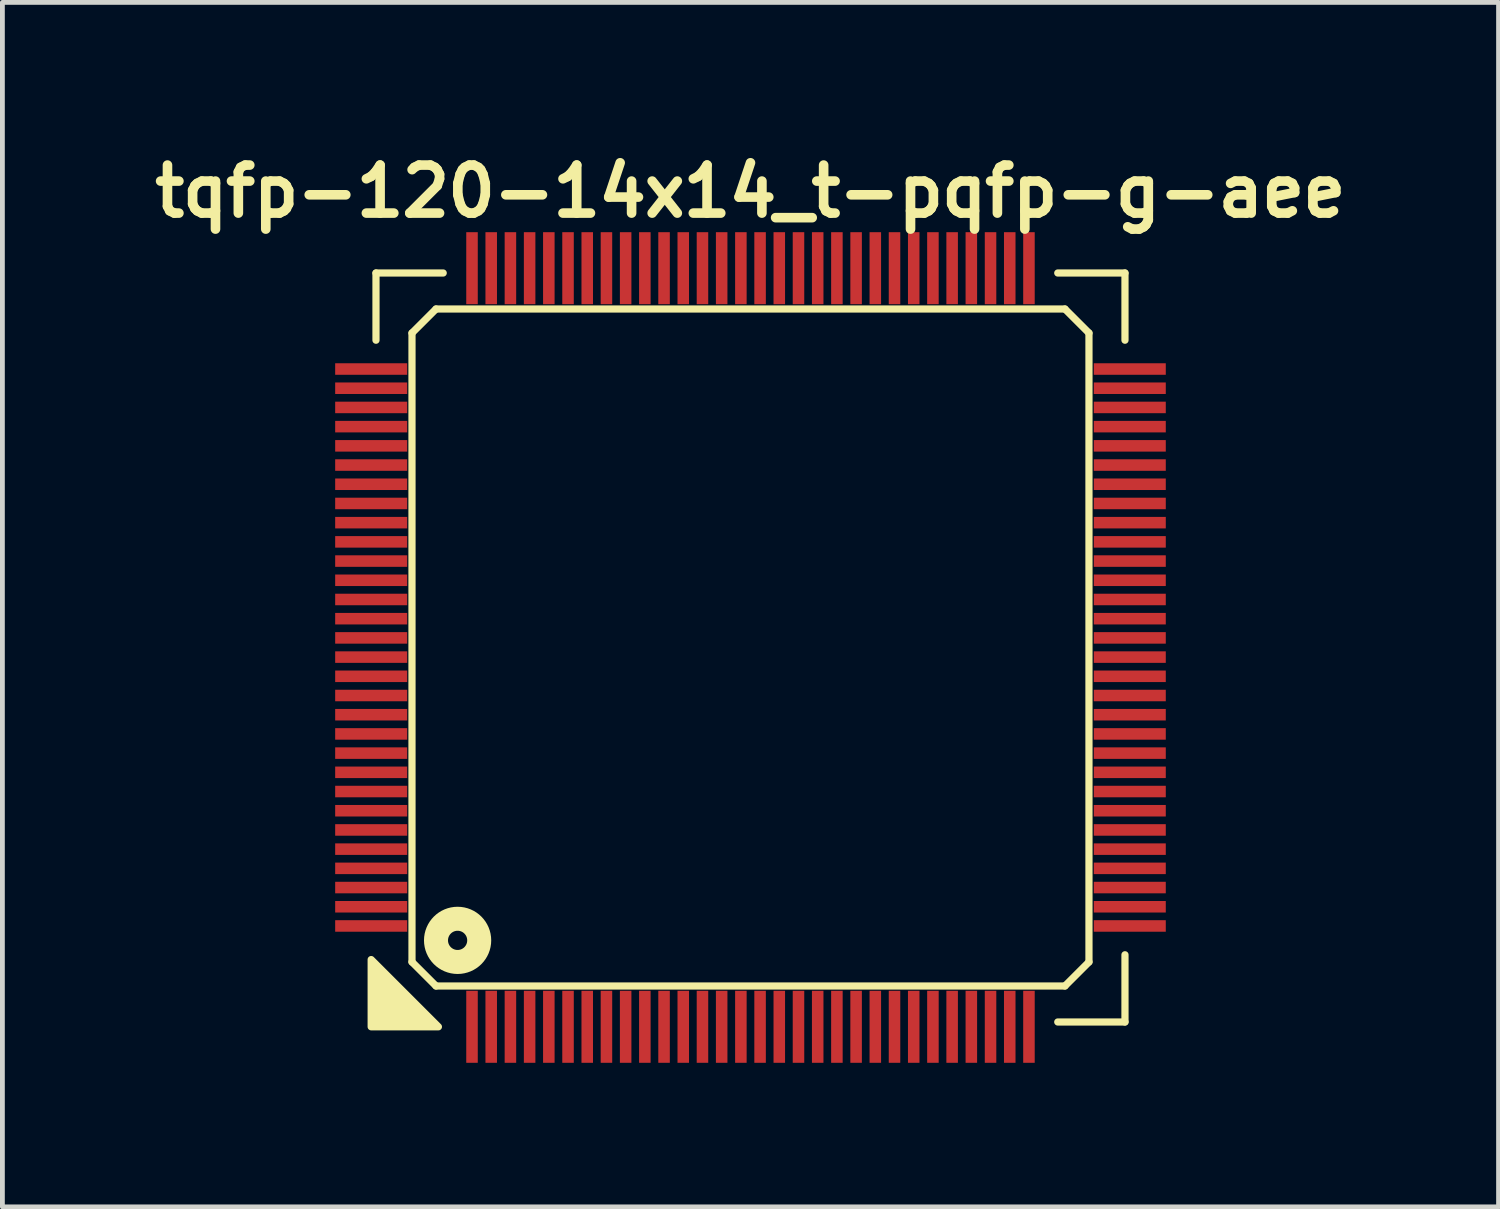
<source format=kicad_pcb>
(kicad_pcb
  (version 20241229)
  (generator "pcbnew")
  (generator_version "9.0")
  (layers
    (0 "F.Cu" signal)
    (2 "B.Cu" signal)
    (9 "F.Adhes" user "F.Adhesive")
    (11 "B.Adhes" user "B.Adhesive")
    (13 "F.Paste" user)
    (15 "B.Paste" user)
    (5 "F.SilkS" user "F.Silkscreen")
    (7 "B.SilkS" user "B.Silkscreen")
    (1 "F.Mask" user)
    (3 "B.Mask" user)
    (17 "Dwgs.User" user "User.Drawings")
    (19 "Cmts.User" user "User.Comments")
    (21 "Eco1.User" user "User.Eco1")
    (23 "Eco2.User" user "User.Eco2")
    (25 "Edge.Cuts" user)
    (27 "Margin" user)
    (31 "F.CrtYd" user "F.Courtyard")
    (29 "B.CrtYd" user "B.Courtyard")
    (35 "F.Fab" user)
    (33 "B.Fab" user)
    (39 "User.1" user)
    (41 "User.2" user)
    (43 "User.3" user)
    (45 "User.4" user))
  (footprint "tqfp-120-14x14_t-pqfp-g-aee"
    (layer "F.Cu")
    (at 12.581 10.436)
    (property "Reference" "tqfp-120-14x14_t-pqfp-g-aee" (at 0 -9.5 0) (layer "F.SilkS") (effects (font (size 1 1) (thickness 0.2))))
    (attr smd)
    (fp_line (start -7.8 -7.8) (end -6.4 -7.8) (stroke (width 0.15) (type solid)) (layer "F.SilkS"))
    (fp_line (start -7.8 -6.4) (end -7.8 -7.8) (stroke (width 0.15) (type solid)) (layer "F.SilkS"))
    (fp_line (start -7.05 -6.55) (end -6.55 -7.05) (stroke (width 0.15) (type solid)) (layer "F.SilkS"))
    (fp_line (start -7.05 6.55) (end -7.05 -6.55) (stroke (width 0.15) (type solid)) (layer "F.SilkS"))
    (fp_line (start -6.55 -7.05) (end 6.55 -7.05) (stroke (width 0.15) (type solid)) (layer "F.SilkS"))
    (fp_line (start -6.55 7.05) (end -7.05 6.55) (stroke (width 0.15) (type solid)) (layer "F.SilkS"))
    (fp_line (start 6.4 -7.8) (end 7.8 -7.8) (stroke (width 0.15) (type solid)) (layer "F.SilkS"))
    (fp_line (start 6.55 -7.05) (end 7.05 -6.55) (stroke (width 0.15) (type solid)) (layer "F.SilkS"))
    (fp_line (start 6.55 7.05) (end -6.55 7.05) (stroke (width 0.15) (type solid)) (layer "F.SilkS"))
    (fp_line (start 7.05 -6.55) (end 7.05 6.55) (stroke (width 0.15) (type solid)) (layer "F.SilkS"))
    (fp_line (start 7.05 6.55) (end 6.55 7.05) (stroke (width 0.15) (type solid)) (layer "F.SilkS"))
    (fp_line (start 7.8 -7.8) (end 7.8 -6.4) (stroke (width 0.15) (type solid)) (layer "F.SilkS"))
    (fp_line (start 7.8 6.4) (end 7.8 7.8) (stroke (width 0.15) (type solid)) (layer "F.SilkS"))
    (fp_line (start 7.8 7.8) (end 6.4 7.8) (stroke (width 0.15) (type solid)) (layer "F.SilkS"))
    (fp_circle (center -6.1 6.1) (end -5.9 6.1) (stroke (width 0.5) (type solid)) (fill no) (layer "F.SilkS"))
    (fp_poly (pts (xy -6.5 7.9) (xy -7.9 7.9) (xy -7.9 6.5)) (stroke (width 0.15) (type solid)) (fill yes) (layer "F.SilkS"))
    (pad "1" smd rect (at -5.8 7.9) (size 0.24 1.5) (layers "F.Cu" "F.Mask" "F.Paste"))
    (pad "2" smd rect (at -5.4 7.9) (size 0.24 1.5) (layers "F.Cu" "F.Mask" "F.Paste"))
    (pad "3" smd rect (at -5 7.9) (size 0.24 1.5) (layers "F.Cu" "F.Mask" "F.Paste"))
    (pad "4" smd rect (at -4.6 7.9) (size 0.24 1.5) (layers "F.Cu" "F.Mask" "F.Paste"))
    (pad "5" smd rect (at -4.2 7.9) (size 0.24 1.5) (layers "F.Cu" "F.Mask" "F.Paste"))
    (pad "6" smd rect (at -3.8 7.9) (size 0.24 1.5) (layers "F.Cu" "F.Mask" "F.Paste"))
    (pad "7" smd rect (at -3.4 7.9) (size 0.24 1.5) (layers "F.Cu" "F.Mask" "F.Paste"))
    (pad "8" smd rect (at -3 7.9) (size 0.24 1.5) (layers "F.Cu" "F.Mask" "F.Paste"))
    (pad "9" smd rect (at -2.6 7.9) (size 0.24 1.5) (layers "F.Cu" "F.Mask" "F.Paste"))
    (pad "10" smd rect (at -2.2 7.9) (size 0.24 1.5) (layers "F.Cu" "F.Mask" "F.Paste"))
    (pad "11" smd rect (at -1.8 7.9) (size 0.24 1.5) (layers "F.Cu" "F.Mask" "F.Paste"))
    (pad "12" smd rect (at -1.4 7.9) (size 0.24 1.5) (layers "F.Cu" "F.Mask" "F.Paste"))
    (pad "13" smd rect (at -1 7.9) (size 0.24 1.5) (layers "F.Cu" "F.Mask" "F.Paste"))
    (pad "14" smd rect (at -0.6 7.9) (size 0.24 1.5) (layers "F.Cu" "F.Mask" "F.Paste"))
    (pad "15" smd rect (at -0.2 7.9) (size 0.24 1.5) (layers "F.Cu" "F.Mask" "F.Paste"))
    (pad "16" smd rect (at 0.2 7.9) (size 0.24 1.5) (layers "F.Cu" "F.Mask" "F.Paste"))
    (pad "17" smd rect (at 0.6 7.9) (size 0.24 1.5) (layers "F.Cu" "F.Mask" "F.Paste"))
    (pad "18" smd rect (at 1 7.9) (size 0.24 1.5) (layers "F.Cu" "F.Mask" "F.Paste"))
    (pad "19" smd rect (at 1.4 7.9) (size 0.24 1.5) (layers "F.Cu" "F.Mask" "F.Paste"))
    (pad "20" smd rect (at 1.8 7.9) (size 0.24 1.5) (layers "F.Cu" "F.Mask" "F.Paste"))
    (pad "21" smd rect (at 2.2 7.9) (size 0.24 1.5) (layers "F.Cu" "F.Mask" "F.Paste"))
    (pad "22" smd rect (at 2.6 7.9) (size 0.24 1.5) (layers "F.Cu" "F.Mask" "F.Paste"))
    (pad "23" smd rect (at 3 7.9) (size 0.24 1.5) (layers "F.Cu" "F.Mask" "F.Paste"))
    (pad "24" smd rect (at 3.4 7.9) (size 0.24 1.5) (layers "F.Cu" "F.Mask" "F.Paste"))
    (pad "25" smd rect (at 3.8 7.9) (size 0.24 1.5) (layers "F.Cu" "F.Mask" "F.Paste"))
    (pad "26" smd rect (at 4.2 7.9) (size 0.24 1.5) (layers "F.Cu" "F.Mask" "F.Paste"))
    (pad "27" smd rect (at 4.6 7.9) (size 0.24 1.5) (layers "F.Cu" "F.Mask" "F.Paste"))
    (pad "28" smd rect (at 5 7.9) (size 0.24 1.5) (layers "F.Cu" "F.Mask" "F.Paste"))
    (pad "29" smd rect (at 5.4 7.9) (size 0.24 1.5) (layers "F.Cu" "F.Mask" "F.Paste"))
    (pad "30" smd rect (at 5.8 7.9) (size 0.24 1.5) (layers "F.Cu" "F.Mask" "F.Paste"))
    (pad "31" smd rect (at 7.9 5.8) (size 1.5 0.24) (layers "F.Cu" "F.Mask" "F.Paste"))
    (pad "32" smd rect (at 7.9 5.4) (size 1.5 0.24) (layers "F.Cu" "F.Mask" "F.Paste"))
    (pad "33" smd rect (at 7.9 5) (size 1.5 0.24) (layers "F.Cu" "F.Mask" "F.Paste"))
    (pad "34" smd rect (at 7.9 4.6) (size 1.5 0.24) (layers "F.Cu" "F.Mask" "F.Paste"))
    (pad "35" smd rect (at 7.9 4.2) (size 1.5 0.24) (layers "F.Cu" "F.Mask" "F.Paste"))
    (pad "36" smd rect (at 7.9 3.8) (size 1.5 0.24) (layers "F.Cu" "F.Mask" "F.Paste"))
    (pad "37" smd rect (at 7.9 3.4) (size 1.5 0.24) (layers "F.Cu" "F.Mask" "F.Paste"))
    (pad "38" smd rect (at 7.9 3) (size 1.5 0.24) (layers "F.Cu" "F.Mask" "F.Paste"))
    (pad "39" smd rect (at 7.9 2.6) (size 1.5 0.24) (layers "F.Cu" "F.Mask" "F.Paste"))
    (pad "40" smd rect (at 7.9 2.2) (size 1.5 0.24) (layers "F.Cu" "F.Mask" "F.Paste"))
    (pad "41" smd rect (at 7.9 1.8) (size 1.5 0.24) (layers "F.Cu" "F.Mask" "F.Paste"))
    (pad "42" smd rect (at 7.9 1.4) (size 1.5 0.24) (layers "F.Cu" "F.Mask" "F.Paste"))
    (pad "43" smd rect (at 7.9 1) (size 1.5 0.24) (layers "F.Cu" "F.Mask" "F.Paste"))
    (pad "44" smd rect (at 7.9 0.6) (size 1.5 0.24) (layers "F.Cu" "F.Mask" "F.Paste"))
    (pad "45" smd rect (at 7.9 0.2) (size 1.5 0.24) (layers "F.Cu" "F.Mask" "F.Paste"))
    (pad "46" smd rect (at 7.9 -0.2) (size 1.5 0.24) (layers "F.Cu" "F.Mask" "F.Paste"))
    (pad "47" smd rect (at 7.9 -0.6) (size 1.5 0.24) (layers "F.Cu" "F.Mask" "F.Paste"))
    (pad "48" smd rect (at 7.9 -1) (size 1.5 0.24) (layers "F.Cu" "F.Mask" "F.Paste"))
    (pad "49" smd rect (at 7.9 -1.4) (size 1.5 0.24) (layers "F.Cu" "F.Mask" "F.Paste"))
    (pad "50" smd rect (at 7.9 -1.8) (size 1.5 0.24) (layers "F.Cu" "F.Mask" "F.Paste"))
    (pad "51" smd rect (at 7.9 -2.2) (size 1.5 0.24) (layers "F.Cu" "F.Mask" "F.Paste"))
    (pad "52" smd rect (at 7.9 -2.6) (size 1.5 0.24) (layers "F.Cu" "F.Mask" "F.Paste"))
    (pad "53" smd rect (at 7.9 -3) (size 1.5 0.24) (layers "F.Cu" "F.Mask" "F.Paste"))
    (pad "54" smd rect (at 7.9 -3.4) (size 1.5 0.24) (layers "F.Cu" "F.Mask" "F.Paste"))
    (pad "55" smd rect (at 7.9 -3.8) (size 1.5 0.24) (layers "F.Cu" "F.Mask" "F.Paste"))
    (pad "56" smd rect (at 7.9 -4.2) (size 1.5 0.24) (layers "F.Cu" "F.Mask" "F.Paste"))
    (pad "57" smd rect (at 7.9 -4.6) (size 1.5 0.24) (layers "F.Cu" "F.Mask" "F.Paste"))
    (pad "58" smd rect (at 7.9 -5) (size 1.5 0.24) (layers "F.Cu" "F.Mask" "F.Paste"))
    (pad "59" smd rect (at 7.9 -5.4) (size 1.5 0.24) (layers "F.Cu" "F.Mask" "F.Paste"))
    (pad "60" smd rect (at 7.9 -5.8) (size 1.5 0.24) (layers "F.Cu" "F.Mask" "F.Paste"))
    (pad "61" smd rect (at 5.8 -7.9) (size 0.24 1.5) (layers "F.Cu" "F.Mask" "F.Paste"))
    (pad "62" smd rect (at 5.4 -7.9) (size 0.24 1.5) (layers "F.Cu" "F.Mask" "F.Paste"))
    (pad "63" smd rect (at 5 -7.9) (size 0.24 1.5) (layers "F.Cu" "F.Mask" "F.Paste"))
    (pad "64" smd rect (at 4.6 -7.9) (size 0.24 1.5) (layers "F.Cu" "F.Mask" "F.Paste"))
    (pad "65" smd rect (at 4.2 -7.9) (size 0.24 1.5) (layers "F.Cu" "F.Mask" "F.Paste"))
    (pad "66" smd rect (at 3.8 -7.9) (size 0.24 1.5) (layers "F.Cu" "F.Mask" "F.Paste"))
    (pad "67" smd rect (at 3.4 -7.9) (size 0.24 1.5) (layers "F.Cu" "F.Mask" "F.Paste"))
    (pad "68" smd rect (at 3 -7.9) (size 0.24 1.5) (layers "F.Cu" "F.Mask" "F.Paste"))
    (pad "69" smd rect (at 2.6 -7.9) (size 0.24 1.5) (layers "F.Cu" "F.Mask" "F.Paste"))
    (pad "70" smd rect (at 2.2 -7.9) (size 0.24 1.5) (layers "F.Cu" "F.Mask" "F.Paste"))
    (pad "71" smd rect (at 1.8 -7.9) (size 0.24 1.5) (layers "F.Cu" "F.Mask" "F.Paste"))
    (pad "72" smd rect (at 1.4 -7.9) (size 0.24 1.5) (layers "F.Cu" "F.Mask" "F.Paste"))
    (pad "73" smd rect (at 1 -7.9) (size 0.24 1.5) (layers "F.Cu" "F.Mask" "F.Paste"))
    (pad "74" smd rect (at 0.6 -7.9) (size 0.24 1.5) (layers "F.Cu" "F.Mask" "F.Paste"))
    (pad "75" smd rect (at 0.2 -7.9) (size 0.24 1.5) (layers "F.Cu" "F.Mask" "F.Paste"))
    (pad "76" smd rect (at -0.2 -7.9) (size 0.24 1.5) (layers "F.Cu" "F.Mask" "F.Paste"))
    (pad "77" smd rect (at -0.6 -7.9) (size 0.24 1.5) (layers "F.Cu" "F.Mask" "F.Paste"))
    (pad "78" smd rect (at -1 -7.9) (size 0.24 1.5) (layers "F.Cu" "F.Mask" "F.Paste"))
    (pad "79" smd rect (at -1.4 -7.9) (size 0.24 1.5) (layers "F.Cu" "F.Mask" "F.Paste"))
    (pad "80" smd rect (at -1.8 -7.9) (size 0.24 1.5) (layers "F.Cu" "F.Mask" "F.Paste"))
    (pad "81" smd rect (at -2.2 -7.9) (size 0.24 1.5) (layers "F.Cu" "F.Mask" "F.Paste"))
    (pad "82" smd rect (at -2.6 -7.9) (size 0.24 1.5) (layers "F.Cu" "F.Mask" "F.Paste"))
    (pad "83" smd rect (at -3 -7.9) (size 0.24 1.5) (layers "F.Cu" "F.Mask" "F.Paste"))
    (pad "84" smd rect (at -3.4 -7.9) (size 0.24 1.5) (layers "F.Cu" "F.Mask" "F.Paste"))
    (pad "85" smd rect (at -3.8 -7.9) (size 0.24 1.5) (layers "F.Cu" "F.Mask" "F.Paste"))
    (pad "86" smd rect (at -4.2 -7.9) (size 0.24 1.5) (layers "F.Cu" "F.Mask" "F.Paste"))
    (pad "87" smd rect (at -4.6 -7.9) (size 0.24 1.5) (layers "F.Cu" "F.Mask" "F.Paste"))
    (pad "88" smd rect (at -5 -7.9) (size 0.24 1.5) (layers "F.Cu" "F.Mask" "F.Paste"))
    (pad "89" smd rect (at -5.4 -7.9) (size 0.24 1.5) (layers "F.Cu" "F.Mask" "F.Paste"))
    (pad "90" smd rect (at -5.8 -7.9) (size 0.24 1.5) (layers "F.Cu" "F.Mask" "F.Paste"))
    (pad "91" smd rect (at -7.9 -5.8) (size 1.5 0.24) (layers "F.Cu" "F.Mask" "F.Paste"))
    (pad "92" smd rect (at -7.9 -5.4) (size 1.5 0.24) (layers "F.Cu" "F.Mask" "F.Paste"))
    (pad "93" smd rect (at -7.9 -5) (size 1.5 0.24) (layers "F.Cu" "F.Mask" "F.Paste"))
    (pad "94" smd rect (at -7.9 -4.6) (size 1.5 0.24) (layers "F.Cu" "F.Mask" "F.Paste"))
    (pad "95" smd rect (at -7.9 -4.2) (size 1.5 0.24) (layers "F.Cu" "F.Mask" "F.Paste"))
    (pad "96" smd rect (at -7.9 -3.8) (size 1.5 0.24) (layers "F.Cu" "F.Mask" "F.Paste"))
    (pad "97" smd rect (at -7.9 -3.4) (size 1.5 0.24) (layers "F.Cu" "F.Mask" "F.Paste"))
    (pad "98" smd rect (at -7.9 -3) (size 1.5 0.24) (layers "F.Cu" "F.Mask" "F.Paste"))
    (pad "99" smd rect (at -7.9 -2.6) (size 1.5 0.24) (layers "F.Cu" "F.Mask" "F.Paste"))
    (pad "100" smd rect (at -7.9 -2.2) (size 1.5 0.24) (layers "F.Cu" "F.Mask" "F.Paste"))
    (pad "101" smd rect (at -7.9 -1.8) (size 1.5 0.24) (layers "F.Cu" "F.Mask" "F.Paste"))
    (pad "102" smd rect (at -7.9 -1.4) (size 1.5 0.24) (layers "F.Cu" "F.Mask" "F.Paste"))
    (pad "103" smd rect (at -7.9 -1) (size 1.5 0.24) (layers "F.Cu" "F.Mask" "F.Paste"))
    (pad "104" smd rect (at -7.9 -0.6) (size 1.5 0.24) (layers "F.Cu" "F.Mask" "F.Paste"))
    (pad "105" smd rect (at -7.9 -0.2) (size 1.5 0.24) (layers "F.Cu" "F.Mask" "F.Paste"))
    (pad "106" smd rect (at -7.9 0.2) (size 1.5 0.24) (layers "F.Cu" "F.Mask" "F.Paste"))
    (pad "107" smd rect (at -7.9 0.6) (size 1.5 0.24) (layers "F.Cu" "F.Mask" "F.Paste"))
    (pad "108" smd rect (at -7.9 1) (size 1.5 0.24) (layers "F.Cu" "F.Mask" "F.Paste"))
    (pad "109" smd rect (at -7.9 1.4) (size 1.5 0.24) (layers "F.Cu" "F.Mask" "F.Paste"))
    (pad "110" smd rect (at -7.9 1.8) (size 1.5 0.24) (layers "F.Cu" "F.Mask" "F.Paste"))
    (pad "111" smd rect (at -7.9 2.2) (size 1.5 0.24) (layers "F.Cu" "F.Mask" "F.Paste"))
    (pad "112" smd rect (at -7.9 2.6) (size 1.5 0.24) (layers "F.Cu" "F.Mask" "F.Paste"))
    (pad "113" smd rect (at -7.9 3) (size 1.5 0.24) (layers "F.Cu" "F.Mask" "F.Paste"))
    (pad "114" smd rect (at -7.9 3.4) (size 1.5 0.24) (layers "F.Cu" "F.Mask" "F.Paste"))
    (pad "115" smd rect (at -7.9 3.8) (size 1.5 0.24) (layers "F.Cu" "F.Mask" "F.Paste"))
    (pad "116" smd rect (at -7.9 4.2) (size 1.5 0.24) (layers "F.Cu" "F.Mask" "F.Paste"))
    (pad "117" smd rect (at -7.9 4.6) (size 1.5 0.24) (layers "F.Cu" "F.Mask" "F.Paste"))
    (pad "118" smd rect (at -7.9 5) (size 1.5 0.24) (layers "F.Cu" "F.Mask" "F.Paste"))
    (pad "119" smd rect (at -7.9 5.4) (size 1.5 0.24) (layers "F.Cu" "F.Mask" "F.Paste"))
    (pad "120" smd rect (at -7.9 5.8) (size 1.5 0.24) (layers "F.Cu" "F.Mask" "F.Paste")))
  (gr_rect
    (start -3 -3)
    (end 28.162 22.086)
    (stroke (width 0.1) (type default))
    (fill no)
    (layer "Edge.Cuts")))
</source>
